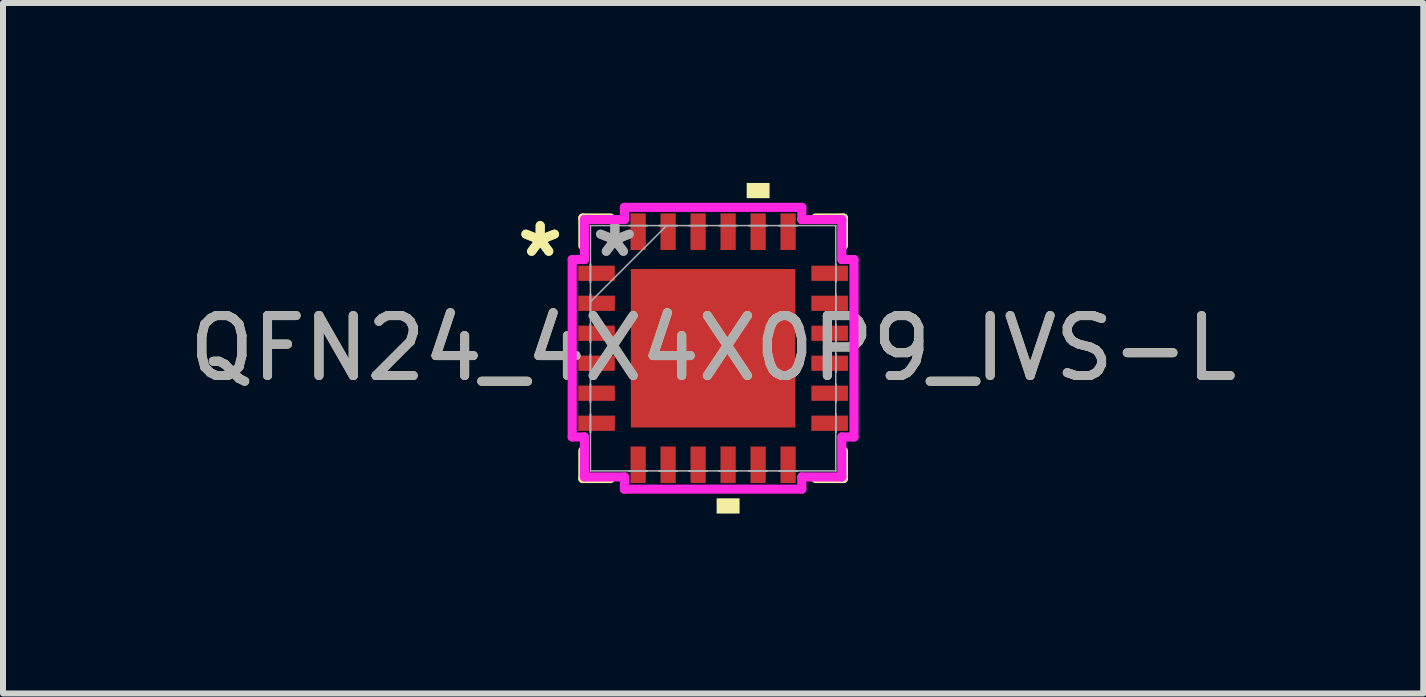
<source format=kicad_pcb>
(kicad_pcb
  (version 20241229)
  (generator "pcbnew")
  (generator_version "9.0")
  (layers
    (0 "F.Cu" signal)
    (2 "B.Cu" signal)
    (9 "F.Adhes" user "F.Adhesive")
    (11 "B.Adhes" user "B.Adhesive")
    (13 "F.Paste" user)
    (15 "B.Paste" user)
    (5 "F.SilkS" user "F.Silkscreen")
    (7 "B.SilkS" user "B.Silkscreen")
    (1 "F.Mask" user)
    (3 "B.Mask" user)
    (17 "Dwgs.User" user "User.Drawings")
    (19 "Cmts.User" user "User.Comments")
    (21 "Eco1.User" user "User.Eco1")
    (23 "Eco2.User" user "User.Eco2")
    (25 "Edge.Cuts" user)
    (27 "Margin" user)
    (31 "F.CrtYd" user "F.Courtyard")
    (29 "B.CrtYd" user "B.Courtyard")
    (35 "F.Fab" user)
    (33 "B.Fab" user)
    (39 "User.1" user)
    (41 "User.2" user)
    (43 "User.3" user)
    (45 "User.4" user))
  (footprint "QFN24_4X4X0P9_IVS-L"
    (layer "F.Cu")
    (at 8.839 2.756)
    (property "Reference" "QFN24_4X4X0P9_IVS-L" (at 0 0 0) (unlocked yes) (layer "F.SilkS") (effects (font (size 1 1) (thickness 0.15))))
    (attr smd)
    (fp_line (start -2.172 -2.172) (end -2.172 -1.71) (stroke (width 0.152) (type solid)) (layer "F.SilkS"))
    (fp_line (start -2.172 1.71) (end -2.172 2.172) (stroke (width 0.152) (type solid)) (layer "F.SilkS"))
    (fp_line (start -2.172 2.172) (end -1.71 2.172) (stroke (width 0.152) (type solid)) (layer "F.SilkS"))
    (fp_line (start -1.71 -2.172) (end -2.172 -2.172) (stroke (width 0.152) (type solid)) (layer "F.SilkS"))
    (fp_line (start 1.71 2.172) (end 2.172 2.172) (stroke (width 0.152) (type solid)) (layer "F.SilkS"))
    (fp_line (start 2.172 -2.172) (end 1.71 -2.172) (stroke (width 0.152) (type solid)) (layer "F.SilkS"))
    (fp_line (start 2.172 -1.71) (end 2.172 -2.172) (stroke (width 0.152) (type solid)) (layer "F.SilkS"))
    (fp_line (start 2.172 2.172) (end 2.172 1.71) (stroke (width 0.152) (type solid)) (layer "F.SilkS"))
    (fp_poly (pts (xy 0.059 2.502) (xy 0.059 2.756) (xy 0.441 2.756) (xy 0.441 2.502)) (stroke (width 0) (type solid)) (fill yes) (layer "F.SilkS"))
    (fp_poly (pts (xy 0.56 -2.502) (xy 0.56 -2.756) (xy 0.941 -2.756) (xy 0.941 -2.502)) (stroke (width 0) (type solid)) (fill yes) (layer "F.SilkS"))
    (fp_poly (pts (xy -1.272 -1.221) (xy -1.272 -0.1) (xy -0.1 -0.1) (xy -0.1 -1.221)) (stroke (width 0) (type solid)) (fill yes) (layer "F.Paste"))
    (fp_poly (pts (xy -1.272 0.1) (xy -1.272 1.221) (xy -0.1 1.221) (xy -0.1 0.1)) (stroke (width 0) (type solid)) (fill yes) (layer "F.Paste"))
    (fp_poly (pts (xy 0.1 -1.221) (xy 0.1 -0.1) (xy 1.272 -0.1) (xy 1.272 -1.221)) (stroke (width 0) (type solid)) (fill yes) (layer "F.Paste"))
    (fp_poly (pts (xy 0.1 0.1) (xy 0.1 1.221) (xy 1.272 1.221) (xy 1.272 0.1)) (stroke (width 0) (type solid)) (fill yes) (layer "F.Paste"))
    (fp_line (start -2.349 -1.479) (end -2.146 -1.479) (stroke (width 0.152) (type solid)) (layer "F.CrtYd"))
    (fp_line (start -2.349 1.479) (end -2.349 -1.479) (stroke (width 0.152) (type solid)) (layer "F.CrtYd"))
    (fp_line (start -2.146 -2.146) (end -1.479 -2.146) (stroke (width 0.152) (type solid)) (layer "F.CrtYd"))
    (fp_line (start -2.146 -1.479) (end -2.146 -2.146) (stroke (width 0.152) (type solid)) (layer "F.CrtYd"))
    (fp_line (start -2.146 1.479) (end -2.349 1.479) (stroke (width 0.152) (type solid)) (layer "F.CrtYd"))
    (fp_line (start -2.146 2.146) (end -2.146 1.479) (stroke (width 0.152) (type solid)) (layer "F.CrtYd"))
    (fp_line (start -1.479 -2.349) (end 1.479 -2.349) (stroke (width 0.152) (type solid)) (layer "F.CrtYd"))
    (fp_line (start -1.479 -2.146) (end -1.479 -2.349) (stroke (width 0.152) (type solid)) (layer "F.CrtYd"))
    (fp_line (start -1.479 2.146) (end -2.146 2.146) (stroke (width 0.152) (type solid)) (layer "F.CrtYd"))
    (fp_line (start -1.479 2.349) (end -1.479 2.146) (stroke (width 0.152) (type solid)) (layer "F.CrtYd"))
    (fp_line (start 1.479 -2.349) (end 1.479 -2.146) (stroke (width 0.152) (type solid)) (layer "F.CrtYd"))
    (fp_line (start 1.479 -2.146) (end 2.146 -2.146) (stroke (width 0.152) (type solid)) (layer "F.CrtYd"))
    (fp_line (start 1.479 2.146) (end 1.479 2.349) (stroke (width 0.152) (type solid)) (layer "F.CrtYd"))
    (fp_line (start 1.479 2.349) (end -1.479 2.349) (stroke (width 0.152) (type solid)) (layer "F.CrtYd"))
    (fp_line (start 2.146 -2.146) (end 2.146 -1.479) (stroke (width 0.152) (type solid)) (layer "F.CrtYd"))
    (fp_line (start 2.146 -1.479) (end 2.349 -1.479) (stroke (width 0.152) (type solid)) (layer "F.CrtYd"))
    (fp_line (start 2.146 1.479) (end 2.146 2.146) (stroke (width 0.152) (type solid)) (layer "F.CrtYd"))
    (fp_line (start 2.146 2.146) (end 1.479 2.146) (stroke (width 0.152) (type solid)) (layer "F.CrtYd"))
    (fp_line (start 2.349 -1.479) (end 2.349 1.479) (stroke (width 0.152) (type solid)) (layer "F.CrtYd"))
    (fp_line (start 2.349 1.479) (end 2.146 1.479) (stroke (width 0.152) (type solid)) (layer "F.CrtYd"))
    (fp_line (start -2.045 -2.045) (end -2.045 -2.045) (stroke (width 0.025) (type solid)) (layer "F.Fab"))
    (fp_line (start -2.045 -2.045) (end -2.045 2.045) (stroke (width 0.025) (type solid)) (layer "F.Fab"))
    (fp_line (start -2.045 -1.402) (end -2.045 -1.402) (stroke (width 0.025) (type solid)) (layer "F.Fab"))
    (fp_line (start -2.045 -1.402) (end -2.045 -1.098) (stroke (width 0.025) (type solid)) (layer "F.Fab"))
    (fp_line (start -2.045 -1.098) (end -2.045 -1.402) (stroke (width 0.025) (type solid)) (layer "F.Fab"))
    (fp_line (start -2.045 -1.098) (end -2.045 -1.098) (stroke (width 0.025) (type solid)) (layer "F.Fab"))
    (fp_line (start -2.045 -0.902) (end -2.045 -0.902) (stroke (width 0.025) (type solid)) (layer "F.Fab"))
    (fp_line (start -2.045 -0.902) (end -2.045 -0.598) (stroke (width 0.025) (type solid)) (layer "F.Fab"))
    (fp_line (start -2.045 -0.775) (end -0.775 -2.045) (stroke (width 0.025) (type solid)) (layer "F.Fab"))
    (fp_line (start -2.045 -0.598) (end -2.045 -0.902) (stroke (width 0.025) (type solid)) (layer "F.Fab"))
    (fp_line (start -2.045 -0.598) (end -2.045 -0.598) (stroke (width 0.025) (type solid)) (layer "F.Fab"))
    (fp_line (start -2.045 -0.402) (end -2.045 -0.402) (stroke (width 0.025) (type solid)) (layer "F.Fab"))
    (fp_line (start -2.045 -0.402) (end -2.045 -0.098) (stroke (width 0.025) (type solid)) (layer "F.Fab"))
    (fp_line (start -2.045 -0.098) (end -2.045 -0.402) (stroke (width 0.025) (type solid)) (layer "F.Fab"))
    (fp_line (start -2.045 -0.098) (end -2.045 -0.098) (stroke (width 0.025) (type solid)) (layer "F.Fab"))
    (fp_line (start -2.045 0.098) (end -2.045 0.098) (stroke (width 0.025) (type solid)) (layer "F.Fab"))
    (fp_line (start -2.045 0.098) (end -2.045 0.402) (stroke (width 0.025) (type solid)) (layer "F.Fab"))
    (fp_line (start -2.045 0.402) (end -2.045 0.098) (stroke (width 0.025) (type solid)) (layer "F.Fab"))
    (fp_line (start -2.045 0.402) (end -2.045 0.402) (stroke (width 0.025) (type solid)) (layer "F.Fab"))
    (fp_line (start -2.045 0.598) (end -2.045 0.598) (stroke (width 0.025) (type solid)) (layer "F.Fab"))
    (fp_line (start -2.045 0.598) (end -2.045 0.902) (stroke (width 0.025) (type solid)) (layer "F.Fab"))
    (fp_line (start -2.045 0.902) (end -2.045 0.598) (stroke (width 0.025) (type solid)) (layer "F.Fab"))
    (fp_line (start -2.045 0.902) (end -2.045 0.902) (stroke (width 0.025) (type solid)) (layer "F.Fab"))
    (fp_line (start -2.045 1.098) (end -2.045 1.098) (stroke (width 0.025) (type solid)) (layer "F.Fab"))
    (fp_line (start -2.045 1.098) (end -2.045 1.402) (stroke (width 0.025) (type solid)) (layer "F.Fab"))
    (fp_line (start -2.045 1.402) (end -2.045 1.098) (stroke (width 0.025) (type solid)) (layer "F.Fab"))
    (fp_line (start -2.045 1.402) (end -2.045 1.402) (stroke (width 0.025) (type solid)) (layer "F.Fab"))
    (fp_line (start -2.045 2.045) (end -2.045 2.045) (stroke (width 0.025) (type solid)) (layer "F.Fab"))
    (fp_line (start -2.045 2.045) (end 2.045 2.045) (stroke (width 0.025) (type solid)) (layer "F.Fab"))
    (fp_line (start -1.402 -2.045) (end -1.402 -2.045) (stroke (width 0.025) (type solid)) (layer "F.Fab"))
    (fp_line (start -1.402 -2.045) (end -1.098 -2.045) (stroke (width 0.025) (type solid)) (layer "F.Fab"))
    (fp_line (start -1.402 2.045) (end -1.402 2.045) (stroke (width 0.025) (type solid)) (layer "F.Fab"))
    (fp_line (start -1.402 2.045) (end -1.098 2.045) (stroke (width 0.025) (type solid)) (layer "F.Fab"))
    (fp_line (start -1.098 -2.045) (end -1.402 -2.045) (stroke (width 0.025) (type solid)) (layer "F.Fab"))
    (fp_line (start -1.098 -2.045) (end -1.098 -2.045) (stroke (width 0.025) (type solid)) (layer "F.Fab"))
    (fp_line (start -1.098 2.045) (end -1.402 2.045) (stroke (width 0.025) (type solid)) (layer "F.Fab"))
    (fp_line (start -1.098 2.045) (end -1.098 2.045) (stroke (width 0.025) (type solid)) (layer "F.Fab"))
    (fp_line (start -0.902 -2.045) (end -0.902 -2.045) (stroke (width 0.025) (type solid)) (layer "F.Fab"))
    (fp_line (start -0.902 -2.045) (end -0.598 -2.045) (stroke (width 0.025) (type solid)) (layer "F.Fab"))
    (fp_line (start -0.902 2.045) (end -0.902 2.045) (stroke (width 0.025) (type solid)) (layer "F.Fab"))
    (fp_line (start -0.902 2.045) (end -0.598 2.045) (stroke (width 0.025) (type solid)) (layer "F.Fab"))
    (fp_line (start -0.598 -2.045) (end -0.902 -2.045) (stroke (width 0.025) (type solid)) (layer "F.Fab"))
    (fp_line (start -0.598 -2.045) (end -0.598 -2.045) (stroke (width 0.025) (type solid)) (layer "F.Fab"))
    (fp_line (start -0.598 2.045) (end -0.902 2.045) (stroke (width 0.025) (type solid)) (layer "F.Fab"))
    (fp_line (start -0.598 2.045) (end -0.598 2.045) (stroke (width 0.025) (type solid)) (layer "F.Fab"))
    (fp_line (start -0.402 -2.045) (end -0.402 -2.045) (stroke (width 0.025) (type solid)) (layer "F.Fab"))
    (fp_line (start -0.402 -2.045) (end -0.098 -2.045) (stroke (width 0.025) (type solid)) (layer "F.Fab"))
    (fp_line (start -0.402 2.045) (end -0.402 2.045) (stroke (width 0.025) (type solid)) (layer "F.Fab"))
    (fp_line (start -0.402 2.045) (end -0.098 2.045) (stroke (width 0.025) (type solid)) (layer "F.Fab"))
    (fp_line (start -0.098 -2.045) (end -0.402 -2.045) (stroke (width 0.025) (type solid)) (layer "F.Fab"))
    (fp_line (start -0.098 -2.045) (end -0.098 -2.045) (stroke (width 0.025) (type solid)) (layer "F.Fab"))
    (fp_line (start -0.098 2.045) (end -0.402 2.045) (stroke (width 0.025) (type solid)) (layer "F.Fab"))
    (fp_line (start -0.098 2.045) (end -0.098 2.045) (stroke (width 0.025) (type solid)) (layer "F.Fab"))
    (fp_line (start 0.098 -2.045) (end 0.098 -2.045) (stroke (width 0.025) (type solid)) (layer "F.Fab"))
    (fp_line (start 0.098 -2.045) (end 0.402 -2.045) (stroke (width 0.025) (type solid)) (layer "F.Fab"))
    (fp_line (start 0.098 2.045) (end 0.098 2.045) (stroke (width 0.025) (type solid)) (layer "F.Fab"))
    (fp_line (start 0.098 2.045) (end 0.402 2.045) (stroke (width 0.025) (type solid)) (layer "F.Fab"))
    (fp_line (start 0.402 -2.045) (end 0.098 -2.045) (stroke (width 0.025) (type solid)) (layer "F.Fab"))
    (fp_line (start 0.402 -2.045) (end 0.402 -2.045) (stroke (width 0.025) (type solid)) (layer "F.Fab"))
    (fp_line (start 0.402 2.045) (end 0.098 2.045) (stroke (width 0.025) (type solid)) (layer "F.Fab"))
    (fp_line (start 0.402 2.045) (end 0.402 2.045) (stroke (width 0.025) (type solid)) (layer "F.Fab"))
    (fp_line (start 0.598 -2.045) (end 0.598 -2.045) (stroke (width 0.025) (type solid)) (layer "F.Fab"))
    (fp_line (start 0.598 -2.045) (end 0.902 -2.045) (stroke (width 0.025) (type solid)) (layer "F.Fab"))
    (fp_line (start 0.598 2.045) (end 0.598 2.045) (stroke (width 0.025) (type solid)) (layer "F.Fab"))
    (fp_line (start 0.598 2.045) (end 0.902 2.045) (stroke (width 0.025) (type solid)) (layer "F.Fab"))
    (fp_line (start 0.902 -2.045) (end 0.598 -2.045) (stroke (width 0.025) (type solid)) (layer "F.Fab"))
    (fp_line (start 0.902 -2.045) (end 0.902 -2.045) (stroke (width 0.025) (type solid)) (layer "F.Fab"))
    (fp_line (start 0.902 2.045) (end 0.598 2.045) (stroke (width 0.025) (type solid)) (layer "F.Fab"))
    (fp_line (start 0.902 2.045) (end 0.902 2.045) (stroke (width 0.025) (type solid)) (layer "F.Fab"))
    (fp_line (start 1.098 -2.045) (end 1.098 -2.045) (stroke (width 0.025) (type solid)) (layer "F.Fab"))
    (fp_line (start 1.098 -2.045) (end 1.402 -2.045) (stroke (width 0.025) (type solid)) (layer "F.Fab"))
    (fp_line (start 1.098 2.045) (end 1.098 2.045) (stroke (width 0.025) (type solid)) (layer "F.Fab"))
    (fp_line (start 1.098 2.045) (end 1.402 2.045) (stroke (width 0.025) (type solid)) (layer "F.Fab"))
    (fp_line (start 1.402 -2.045) (end 1.098 -2.045) (stroke (width 0.025) (type solid)) (layer "F.Fab"))
    (fp_line (start 1.402 -2.045) (end 1.402 -2.045) (stroke (width 0.025) (type solid)) (layer "F.Fab"))
    (fp_line (start 1.402 2.045) (end 1.098 2.045) (stroke (width 0.025) (type solid)) (layer "F.Fab"))
    (fp_line (start 1.402 2.045) (end 1.402 2.045) (stroke (width 0.025) (type solid)) (layer "F.Fab"))
    (fp_line (start 2.045 -2.045) (end -2.045 -2.045) (stroke (width 0.025) (type solid)) (layer "F.Fab"))
    (fp_line (start 2.045 -2.045) (end 2.045 -2.045) (stroke (width 0.025) (type solid)) (layer "F.Fab"))
    (fp_line (start 2.045 -1.402) (end 2.045 -1.402) (stroke (width 0.025) (type solid)) (layer "F.Fab"))
    (fp_line (start 2.045 -1.402) (end 2.045 -1.098) (stroke (width 0.025) (type solid)) (layer "F.Fab"))
    (fp_line (start 2.045 -1.098) (end 2.045 -1.402) (stroke (width 0.025) (type solid)) (layer "F.Fab"))
    (fp_line (start 2.045 -1.098) (end 2.045 -1.098) (stroke (width 0.025) (type solid)) (layer "F.Fab"))
    (fp_line (start 2.045 -0.902) (end 2.045 -0.902) (stroke (width 0.025) (type solid)) (layer "F.Fab"))
    (fp_line (start 2.045 -0.902) (end 2.045 -0.598) (stroke (width 0.025) (type solid)) (layer "F.Fab"))
    (fp_line (start 2.045 -0.598) (end 2.045 -0.902) (stroke (width 0.025) (type solid)) (layer "F.Fab"))
    (fp_line (start 2.045 -0.598) (end 2.045 -0.598) (stroke (width 0.025) (type solid)) (layer "F.Fab"))
    (fp_line (start 2.045 -0.402) (end 2.045 -0.402) (stroke (width 0.025) (type solid)) (layer "F.Fab"))
    (fp_line (start 2.045 -0.402) (end 2.045 -0.098) (stroke (width 0.025) (type solid)) (layer "F.Fab"))
    (fp_line (start 2.045 -0.098) (end 2.045 -0.402) (stroke (width 0.025) (type solid)) (layer "F.Fab"))
    (fp_line (start 2.045 -0.098) (end 2.045 -0.098) (stroke (width 0.025) (type solid)) (layer "F.Fab"))
    (fp_line (start 2.045 0.098) (end 2.045 0.098) (stroke (width 0.025) (type solid)) (layer "F.Fab"))
    (fp_line (start 2.045 0.098) (end 2.045 0.402) (stroke (width 0.025) (type solid)) (layer "F.Fab"))
    (fp_line (start 2.045 0.402) (end 2.045 0.098) (stroke (width 0.025) (type solid)) (layer "F.Fab"))
    (fp_line (start 2.045 0.402) (end 2.045 0.402) (stroke (width 0.025) (type solid)) (layer "F.Fab"))
    (fp_line (start 2.045 0.598) (end 2.045 0.598) (stroke (width 0.025) (type solid)) (layer "F.Fab"))
    (fp_line (start 2.045 0.598) (end 2.045 0.902) (stroke (width 0.025) (type solid)) (layer "F.Fab"))
    (fp_line (start 2.045 0.902) (end 2.045 0.598) (stroke (width 0.025) (type solid)) (layer "F.Fab"))
    (fp_line (start 2.045 0.902) (end 2.045 0.902) (stroke (width 0.025) (type solid)) (layer "F.Fab"))
    (fp_line (start 2.045 1.098) (end 2.045 1.098) (stroke (width 0.025) (type solid)) (layer "F.Fab"))
    (fp_line (start 2.045 1.098) (end 2.045 1.402) (stroke (width 0.025) (type solid)) (layer "F.Fab"))
    (fp_line (start 2.045 1.402) (end 2.045 1.098) (stroke (width 0.025) (type solid)) (layer "F.Fab"))
    (fp_line (start 2.045 1.402) (end 2.045 1.402) (stroke (width 0.025) (type solid)) (layer "F.Fab"))
    (fp_line (start 2.045 2.045) (end 2.045 -2.045) (stroke (width 0.025) (type solid)) (layer "F.Fab"))
    (fp_line (start 2.045 2.045) (end 2.045 2.045) (stroke (width 0.025) (type solid)) (layer "F.Fab"))
    (fp_text user "*" (at -2.883 -1.5 0) (layer "F.SilkS") (effects (font (size 1 1) (thickness 0.15))))
    (fp_text user "*" (at -2.883 -1.5 0) (unlocked yes) (layer "F.SilkS") (effects (font (size 1 1) (thickness 0.15))))
    (fp_text user "*" (at -1.638 -1.5 0) (layer "F.Fab") (effects (font (size 1 1) (thickness 0.15))))
    (fp_text user "*" (at -1.638 -1.5 0) (unlocked yes) (layer "F.Fab") (effects (font (size 1 1) (thickness 0.15))))
    (fp_text user "${REFERENCE}" (at 0 0 0) (unlocked yes) (layer "F.Fab") (effects (font (size 1 1) (thickness 0.15))))
    (pad "1" smd rect (at -1.943 -1.25 90) (size 0.254 0.61) (layers "F.Cu" "F.Mask" "F.Paste"))
    (pad "2" smd rect (at -1.943 -0.75 90) (size 0.254 0.61) (layers "F.Cu" "F.Mask" "F.Paste"))
    (pad "3" smd rect (at -1.943 -0.25 90) (size 0.254 0.61) (layers "F.Cu" "F.Mask" "F.Paste"))
    (pad "4" smd rect (at -1.943 0.25 90) (size 0.254 0.61) (layers "F.Cu" "F.Mask" "F.Paste"))
    (pad "5" smd rect (at -1.943 0.75 90) (size 0.254 0.61) (layers "F.Cu" "F.Mask" "F.Paste"))
    (pad "6" smd rect (at -1.943 1.25 90) (size 0.254 0.61) (layers "F.Cu" "F.Mask" "F.Paste"))
    (pad "7" smd rect (at -1.25 1.943) (size 0.254 0.61) (layers "F.Cu" "F.Mask" "F.Paste"))
    (pad "8" smd rect (at -0.75 1.943) (size 0.254 0.61) (layers "F.Cu" "F.Mask" "F.Paste"))
    (pad "9" smd rect (at -0.25 1.943) (size 0.254 0.61) (layers "F.Cu" "F.Mask" "F.Paste"))
    (pad "10" smd rect (at 0.25 1.943) (size 0.254 0.61) (layers "F.Cu" "F.Mask" "F.Paste"))
    (pad "11" smd rect (at 0.75 1.943) (size 0.254 0.61) (layers "F.Cu" "F.Mask" "F.Paste"))
    (pad "12" smd rect (at 1.25 1.943) (size 0.254 0.61) (layers "F.Cu" "F.Mask" "F.Paste"))
    (pad "13" smd rect (at 1.943 1.25 90) (size 0.254 0.61) (layers "F.Cu" "F.Mask" "F.Paste"))
    (pad "14" smd rect (at 1.943 0.75 90) (size 0.254 0.61) (layers "F.Cu" "F.Mask" "F.Paste"))
    (pad "15" smd rect (at 1.943 0.25 90) (size 0.254 0.61) (layers "F.Cu" "F.Mask" "F.Paste"))
    (pad "16" smd rect (at 1.943 -0.25 90) (size 0.254 0.61) (layers "F.Cu" "F.Mask" "F.Paste"))
    (pad "17" smd rect (at 1.943 -0.75 90) (size 0.254 0.61) (layers "F.Cu" "F.Mask" "F.Paste"))
    (pad "18" smd rect (at 1.943 -1.25 90) (size 0.254 0.61) (layers "F.Cu" "F.Mask" "F.Paste"))
    (pad "19" smd rect (at 1.25 -1.943) (size 0.254 0.61) (layers "F.Cu" "F.Mask" "F.Paste"))
    (pad "20" smd rect (at 0.75 -1.943) (size 0.254 0.61) (layers "F.Cu" "F.Mask" "F.Paste"))
    (pad "21" smd rect (at 0.25 -1.943) (size 0.254 0.61) (layers "F.Cu" "F.Mask" "F.Paste"))
    (pad "22" smd rect (at -0.25 -1.943) (size 0.254 0.61) (layers "F.Cu" "F.Mask" "F.Paste"))
    (pad "23" smd rect (at -0.75 -1.943) (size 0.254 0.61) (layers "F.Cu" "F.Mask" "F.Paste"))
    (pad "24" smd rect (at -1.25 -1.943) (size 0.254 0.61) (layers "F.Cu" "F.Mask" "F.Paste"))
    (pad "25" smd rect (at 0 0) (size 2.743 2.642) (layers "F.Cu" "F.Mask" "F.Paste")))
  (gr_rect
    (start -3 -3)
    (end 20.679 8.512)
    (stroke (width 0.1) (type default))
    (fill no)
    (layer "Edge.Cuts")))
</source>
